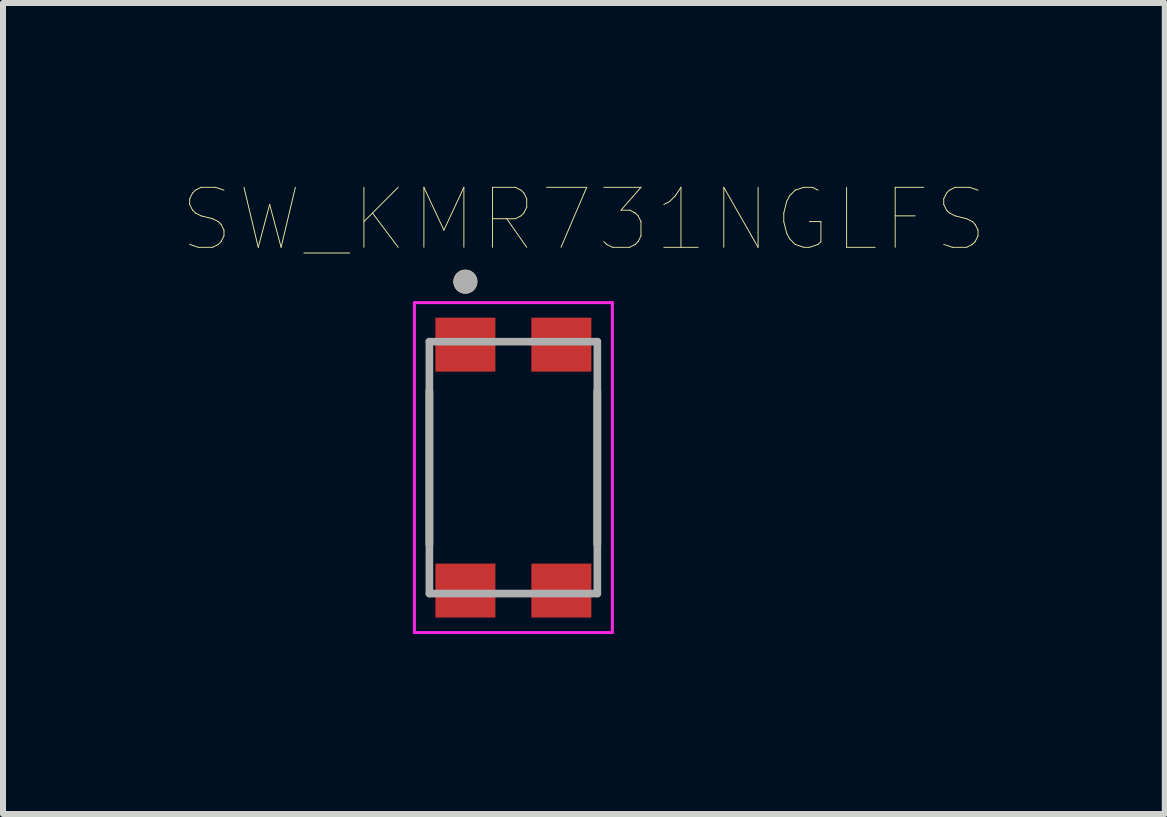
<source format=kicad_pcb>
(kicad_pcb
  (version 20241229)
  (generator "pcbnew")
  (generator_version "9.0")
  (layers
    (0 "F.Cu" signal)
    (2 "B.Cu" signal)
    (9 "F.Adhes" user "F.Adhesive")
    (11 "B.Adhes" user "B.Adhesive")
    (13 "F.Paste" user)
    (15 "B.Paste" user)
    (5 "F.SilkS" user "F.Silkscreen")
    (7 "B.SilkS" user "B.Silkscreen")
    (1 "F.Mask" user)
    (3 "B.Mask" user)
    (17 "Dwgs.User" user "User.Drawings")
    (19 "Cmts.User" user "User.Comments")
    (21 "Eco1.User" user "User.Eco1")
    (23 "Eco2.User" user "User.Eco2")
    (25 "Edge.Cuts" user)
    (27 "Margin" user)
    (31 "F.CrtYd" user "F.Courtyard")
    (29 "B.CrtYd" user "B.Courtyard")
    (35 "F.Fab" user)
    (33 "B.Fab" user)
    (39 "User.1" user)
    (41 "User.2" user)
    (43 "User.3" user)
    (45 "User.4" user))
  (footprint "SW_KMR731NGLFS"
    (layer "F.Cu")
    (at 5.509 4.746)
    (property "Reference" "SW_KMR731NGLFS" (at 1.175 -4.135 0) (layer "F.SilkS") (effects (font (size 1 1) (thickness 0.015))))
    (attr through_hole)
    (fp_line (start -1.4 1.28) (end -1.4 -1.28) (stroke (width 0.127) (type solid)) (layer "F.SilkS"))
    (fp_line (start 1.4 -1.28) (end 1.4 1.28) (stroke (width 0.127) (type solid)) (layer "F.SilkS"))
    (fp_circle (center -0.8 -3.1) (end -0.7 -3.1) (stroke (width 0.2) (type solid)) (fill no) (layer "F.SilkS"))
    (fp_line (start -1.65 -2.75) (end 1.65 -2.75) (stroke (width 0.05) (type solid)) (layer "F.CrtYd"))
    (fp_line (start -1.65 2.75) (end -1.65 -2.75) (stroke (width 0.05) (type solid)) (layer "F.CrtYd"))
    (fp_line (start 1.65 -2.75) (end 1.65 2.75) (stroke (width 0.05) (type solid)) (layer "F.CrtYd"))
    (fp_line (start 1.65 2.75) (end -1.65 2.75) (stroke (width 0.05) (type solid)) (layer "F.CrtYd"))
    (fp_line (start -1.4 -2.1) (end 1.4 -2.1) (stroke (width 0.127) (type solid)) (layer "F.Fab"))
    (fp_line (start -1.4 2.1) (end -1.4 -2.1) (stroke (width 0.127) (type solid)) (layer "F.Fab"))
    (fp_line (start 1.4 -2.1) (end 1.4 2.1) (stroke (width 0.127) (type solid)) (layer "F.Fab"))
    (fp_line (start 1.4 2.1) (end -1.4 2.1) (stroke (width 0.127) (type solid)) (layer "F.Fab"))
    (fp_circle (center -0.8 -3.1) (end -0.7 -3.1) (stroke (width 0.2) (type solid)) (fill no) (layer "F.Fab"))
    (pad "1" smd rect (at -0.8 -2.05) (size 1 0.9) (layers "F.Cu" "F.Mask" "F.Paste"))
    (pad "2" smd rect (at -0.8 2.05) (size 1 0.9) (layers "F.Cu" "F.Mask" "F.Paste"))
    (pad "3" smd rect (at 0.8 2.05) (size 1 0.9) (layers "F.Cu" "F.Mask" "F.Paste"))
    (pad "4" smd rect (at 0.8 -2.05) (size 1 0.9) (layers "F.Cu" "F.Mask" "F.Paste")))
  (gr_rect
    (start -3 -3)
    (end 16.369 10.521)
    (stroke (width 0.1) (type default))
    (fill no)
    (layer "Edge.Cuts")))
</source>
